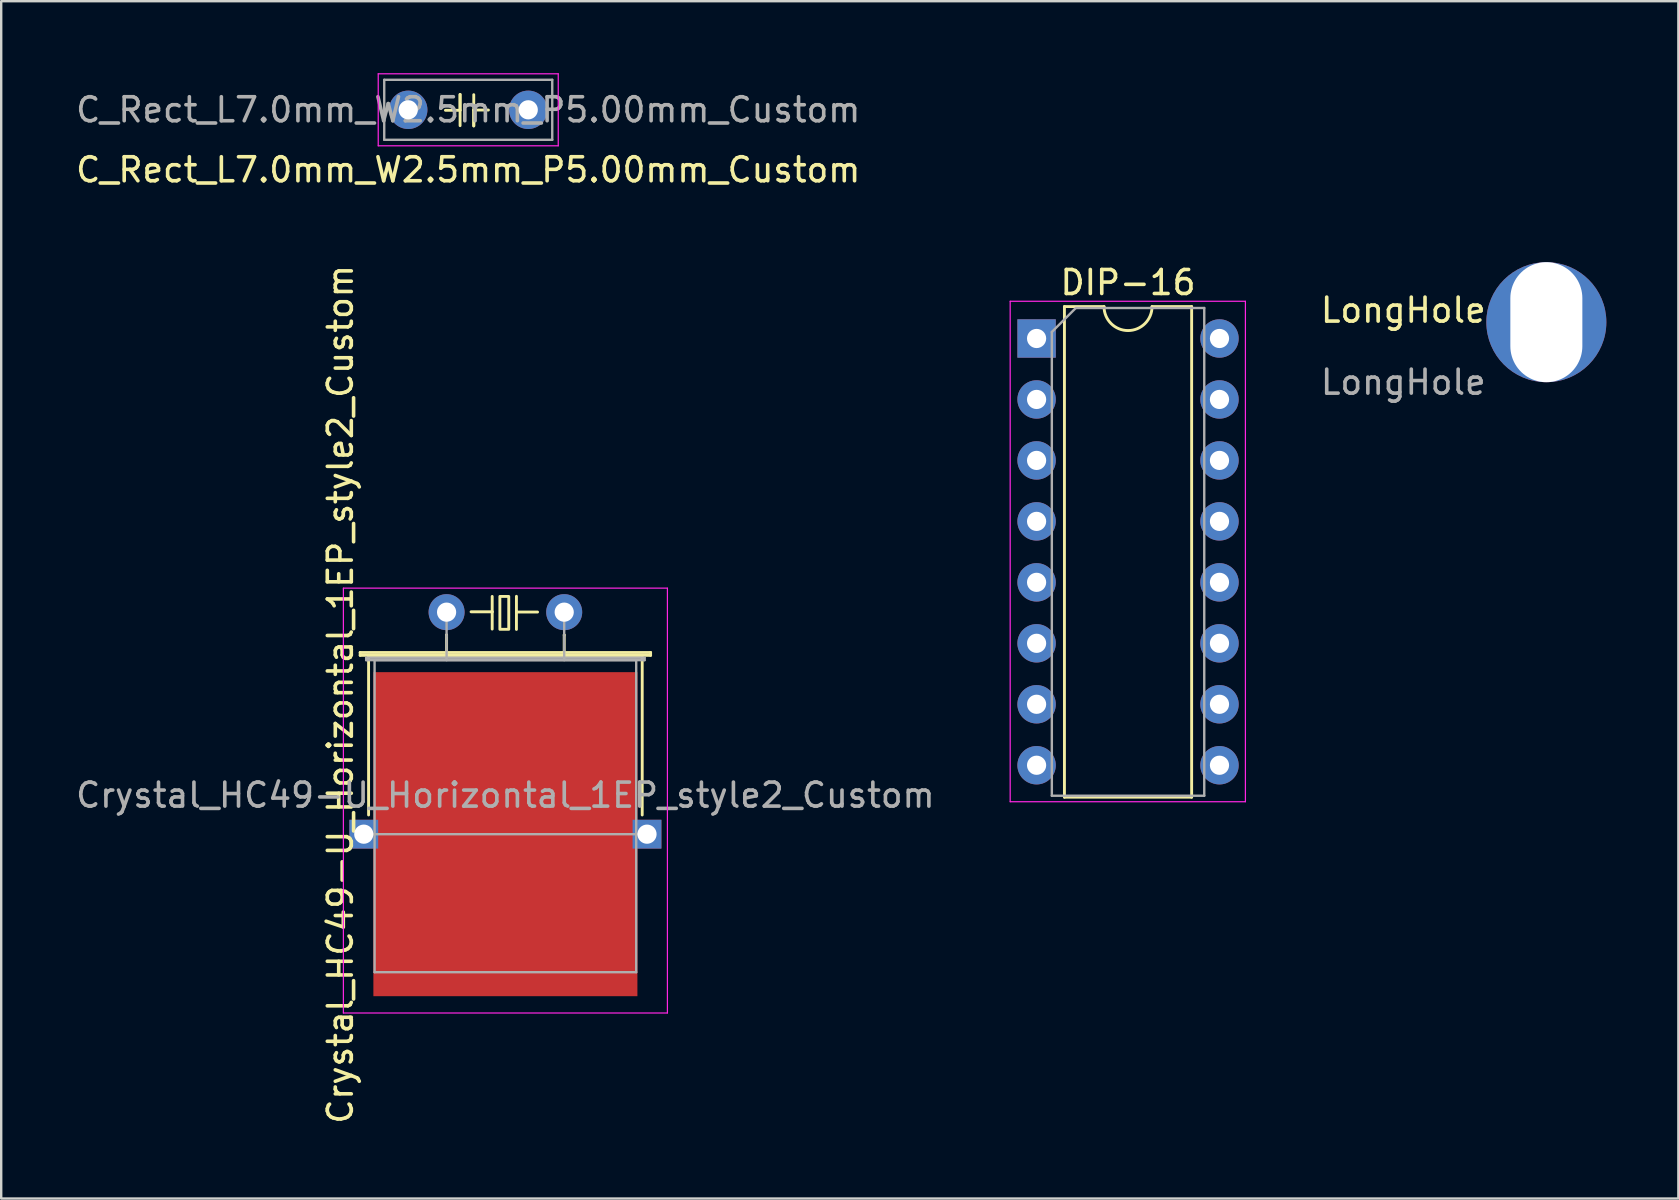
<source format=kicad_pcb>
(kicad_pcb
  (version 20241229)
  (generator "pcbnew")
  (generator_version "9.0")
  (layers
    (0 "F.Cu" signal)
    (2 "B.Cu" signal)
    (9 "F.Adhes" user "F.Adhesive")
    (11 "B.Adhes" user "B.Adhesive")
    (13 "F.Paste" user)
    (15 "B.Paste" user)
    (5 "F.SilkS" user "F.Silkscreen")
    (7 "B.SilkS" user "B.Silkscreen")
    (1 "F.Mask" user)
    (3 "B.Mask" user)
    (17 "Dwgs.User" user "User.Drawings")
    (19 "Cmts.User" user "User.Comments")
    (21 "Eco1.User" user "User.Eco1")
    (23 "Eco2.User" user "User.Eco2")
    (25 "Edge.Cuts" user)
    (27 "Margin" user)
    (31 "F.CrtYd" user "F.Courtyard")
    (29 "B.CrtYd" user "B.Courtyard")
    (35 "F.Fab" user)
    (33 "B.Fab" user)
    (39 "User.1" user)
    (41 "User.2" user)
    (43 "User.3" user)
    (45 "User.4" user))
  (footprint "Crystal_HC49-U_Horizontal_1EP_style2_Custom"
    (layer "F.Cu")
    (at 15.556 22.454)
    (property "Reference" "Crystal_HC49-U_Horizontal_1EP_style2_Custom" (at -4.425 3.425 90) (layer "F.SilkS") (effects (font (size 1 1) (thickness 0.15))))
    (attr through_hole)
    (fp_line (start -3.6 1.68) (end 8.5 1.68) (stroke (width 0.12) (type solid)) (layer "F.SilkS"))
    (fp_line (start -3.6 1.8) (end -3.6 1.68) (stroke (width 0.12) (type solid)) (layer "F.SilkS"))
    (fp_line (start -3.25 1.8) (end 8.15 1.8) (stroke (width 0.12) (type solid)) (layer "F.SilkS"))
    (fp_line (start -3.25 8.45) (end -3.25 1.8) (stroke (width 0.12) (type solid)) (layer "F.SilkS"))
    (fp_line (start 0 0.95) (end 0 0.95) (stroke (width 0.12) (type solid)) (layer "F.SilkS"))
    (fp_line (start 0 1.8) (end 0 0.95) (stroke (width 0.12) (type solid)) (layer "F.SilkS"))
    (fp_line (start 1.02 -0.015) (end 1.9 -0.015) (stroke (width 0.12) (type default)) (layer "F.SilkS"))
    (fp_line (start 1.9 -0.015) (end 1.9 -0.655) (stroke (width 0.12) (type default)) (layer "F.SilkS"))
    (fp_line (start 1.9 -0.015) (end 1.9 0.705) (stroke (width 0.12) (type default)) (layer "F.SilkS"))
    (fp_line (start 2.91 -0.005) (end 2.91 -0.66) (stroke (width 0.12) (type default)) (layer "F.SilkS"))
    (fp_line (start 2.91 -0.005) (end 2.91 0.72) (stroke (width 0.12) (type default)) (layer "F.SilkS"))
    (fp_line (start 3.79 -0.005) (end 2.91 -0.005) (stroke (width 0.12) (type default)) (layer "F.SilkS"))
    (fp_line (start 4.9 0.95) (end 4.9 0.95) (stroke (width 0.12) (type solid)) (layer "F.SilkS"))
    (fp_line (start 4.9 1.8) (end 4.9 0.95) (stroke (width 0.12) (type solid)) (layer "F.SilkS"))
    (fp_line (start 8.15 1.8) (end 8.15 8.45) (stroke (width 0.12) (type solid)) (layer "F.SilkS"))
    (fp_line (start 8.5 1.68) (end 8.5 1.8) (stroke (width 0.12) (type solid)) (layer "F.SilkS"))
    (fp_line (start 8.5 1.8) (end -3.6 1.8) (stroke (width 0.12) (type solid)) (layer "F.SilkS"))
    (fp_rect (start 2.22 -0.655) (end 2.59 0.715) (stroke (width 0.12) (type default)) (fill no) (layer "F.SilkS"))
    (fp_line (start -4.3 -1) (end -4.3 16.7) (stroke (width 0.05) (type solid)) (layer "F.CrtYd"))
    (fp_line (start -4.3 16.7) (end 9.2 16.7) (stroke (width 0.05) (type solid)) (layer "F.CrtYd"))
    (fp_line (start 9.2 -1) (end -4.3 -1) (stroke (width 0.05) (type solid)) (layer "F.CrtYd"))
    (fp_line (start 9.2 16.7) (end 9.2 -1) (stroke (width 0.05) (type solid)) (layer "F.CrtYd"))
    (fp_line (start -3.45 9.25) (end 8.35 9.25) (stroke (width 0.1) (type solid)) (layer "F.Fab"))
    (fp_line (start -3.35 1.9) (end 8.25 1.9) (stroke (width 0.1) (type solid)) (layer "F.Fab"))
    (fp_line (start -3.35 2) (end -3.35 1.9) (stroke (width 0.1) (type solid)) (layer "F.Fab"))
    (fp_line (start -3 2) (end -3 15) (stroke (width 0.1) (type solid)) (layer "F.Fab"))
    (fp_line (start -3 15) (end 7.9 15) (stroke (width 0.1) (type solid)) (layer "F.Fab"))
    (fp_line (start 0 1) (end 0 0) (stroke (width 0.1) (type solid)) (layer "F.Fab"))
    (fp_line (start 0 2) (end 0 1) (stroke (width 0.1) (type solid)) (layer "F.Fab"))
    (fp_line (start 4.9 1) (end 4.9 0) (stroke (width 0.1) (type solid)) (layer "F.Fab"))
    (fp_line (start 4.9 2) (end 4.9 1) (stroke (width 0.1) (type solid)) (layer "F.Fab"))
    (fp_line (start 7.9 2) (end -3 2) (stroke (width 0.1) (type solid)) (layer "F.Fab"))
    (fp_line (start 7.9 15) (end 7.9 2) (stroke (width 0.1) (type solid)) (layer "F.Fab"))
    (fp_line (start 8.25 1.9) (end 8.25 2) (stroke (width 0.1) (type solid)) (layer "F.Fab"))
    (fp_line (start 8.25 2) (end -3.35 2) (stroke (width 0.1) (type solid)) (layer "F.Fab"))
    (fp_text user "${REFERENCE}" (at 2.45 7.625 0) (layer "F.Fab") (effects (font (size 1 1) (thickness 0.15))))
    (pad "1" thru_hole circle (at 0 0) (size 1.5 1.5) (drill 0.8) (layers "*.Cu" "*.Mask"))
    (pad "2" thru_hole circle (at 4.9 0) (size 1.5 1.5) (drill 0.8) (layers "*.Cu" "*.Mask"))
    (pad "3" thru_hole rect (at -3.45 9.25) (size 1.2 1.2) (drill 0.8) (layers "*.Cu" "*.Mask"))
    (pad "3" smd rect (at 2.45 9.25) (size 11 13.5) (layers "F.Cu" "F.Mask" "F.Paste"))
    (pad "3" thru_hole rect (at 8.35 9.25) (size 1.2 1.2) (drill 0.8) (layers "*.Cu" "*.Mask")))
  (footprint "DIP-16"
    (layer "F.Cu")
    (at 40.137 11.052)
    (property "Reference" "DIP-16" (at 3.81 -2.33 180) (layer "F.SilkS") (effects (font (size 1 1) (thickness 0.15))))
    (attr through_hole board_only)
    (fp_line (start 1.16 -1.33) (end 1.16 19.11) (stroke (width 0.12) (type solid)) (layer "F.SilkS"))
    (fp_line (start 1.16 19.11) (end 6.46 19.11) (stroke (width 0.12) (type solid)) (layer "F.SilkS"))
    (fp_line (start 2.81 -1.33) (end 1.16 -1.33) (stroke (width 0.12) (type solid)) (layer "F.SilkS"))
    (fp_line (start 6.46 -1.33) (end 4.81 -1.33) (stroke (width 0.12) (type solid)) (layer "F.SilkS"))
    (fp_line (start 6.46 19.11) (end 6.46 -1.33) (stroke (width 0.12) (type solid)) (layer "F.SilkS"))
    (fp_arc (start 4.81 -1.33) (mid 3.81 -0.33) (end 2.81 -1.33) (stroke (width 0.12) (type solid)) (layer "F.SilkS"))
    (fp_line (start -1.1 -1.55) (end -1.1 19.3) (stroke (width 0.05) (type solid)) (layer "F.CrtYd"))
    (fp_line (start -1.1 19.3) (end 8.7 19.3) (stroke (width 0.05) (type solid)) (layer "F.CrtYd"))
    (fp_line (start 8.7 -1.55) (end -1.1 -1.55) (stroke (width 0.05) (type solid)) (layer "F.CrtYd"))
    (fp_line (start 8.7 19.3) (end 8.7 -1.55) (stroke (width 0.05) (type solid)) (layer "F.CrtYd"))
    (fp_line (start 0.635 -0.27) (end 1.635 -1.27) (stroke (width 0.1) (type solid)) (layer "F.Fab"))
    (fp_line (start 0.635 19.05) (end 0.635 -0.27) (stroke (width 0.1) (type solid)) (layer "F.Fab"))
    (fp_line (start 1.635 -1.27) (end 6.985 -1.27) (stroke (width 0.1) (type solid)) (layer "F.Fab"))
    (fp_line (start 6.985 -1.27) (end 6.985 19.05) (stroke (width 0.1) (type solid)) (layer "F.Fab"))
    (fp_line (start 6.985 19.05) (end 0.635 19.05) (stroke (width 0.1) (type solid)) (layer "F.Fab"))
    (pad "1" thru_hole rect (at 0 0) (size 1.6 1.6) (drill 0.8) (layers "*.Cu" "*.Mask"))
    (pad "2" thru_hole oval (at 0 2.54) (size 1.6 1.6) (drill 0.8) (layers "*.Cu" "*.Mask"))
    (pad "3" thru_hole oval (at 0 5.08) (size 1.6 1.6) (drill 0.8) (layers "*.Cu" "*.Mask"))
    (pad "4" thru_hole oval (at 0 7.62) (size 1.6 1.6) (drill 0.8) (layers "*.Cu" "*.Mask"))
    (pad "5" thru_hole oval (at 0 10.16) (size 1.6 1.6) (drill 0.8) (layers "*.Cu" "*.Mask"))
    (pad "6" thru_hole oval (at 0 12.7) (size 1.6 1.6) (drill 0.8) (layers "*.Cu" "*.Mask"))
    (pad "7" thru_hole oval (at 0 15.24) (size 1.6 1.6) (drill 0.8) (layers "*.Cu" "*.Mask"))
    (pad "8" thru_hole oval (at 0 17.78) (size 1.6 1.6) (drill 0.8) (layers "*.Cu" "*.Mask"))
    (pad "9" thru_hole oval (at 7.62 17.78) (size 1.6 1.6) (drill 0.8) (layers "*.Cu" "*.Mask"))
    (pad "10" thru_hole oval (at 7.62 15.24) (size 1.6 1.6) (drill 0.8) (layers "*.Cu" "*.Mask"))
    (pad "11" thru_hole oval (at 7.62 12.7) (size 1.6 1.6) (drill 0.8) (layers "*.Cu" "*.Mask"))
    (pad "12" thru_hole oval (at 7.62 10.16) (size 1.6 1.6) (drill 0.8) (layers "*.Cu" "*.Mask"))
    (pad "13" thru_hole oval (at 7.62 7.62) (size 1.6 1.6) (drill 0.8) (layers "*.Cu" "*.Mask"))
    (pad "14" thru_hole oval (at 7.62 5.08) (size 1.6 1.6) (drill 0.8) (layers "*.Cu" "*.Mask"))
    (pad "15" thru_hole oval (at 7.62 2.54) (size 1.6 1.6) (drill 0.8) (layers "*.Cu" "*.Mask"))
    (pad "16" thru_hole oval (at 7.62 0) (size 1.6 1.6) (drill 0.8) (layers "*.Cu" "*.Mask")))
  (footprint "C_Rect_L7.0mm_W2.5mm_P5.00mm_Custom"
    (layer "F.Cu")
    (at 13.958 1.525)
    (property "Reference" "C_Rect_L7.0mm_W2.5mm_P5.00mm_Custom" (at 2.5 2.5 180) (layer "F.SilkS") (effects (font (size 1 1) (thickness 0.15))))
    (attr through_hole)
    (fp_line (start 1.55 0.02) (end 2.16 0.02) (stroke (width 0.12) (type default)) (layer "F.SilkS"))
    (fp_line (start 2.16 -0.64) (end 2.16 0.66) (stroke (width 0.12) (type default)) (layer "F.SilkS"))
    (fp_line (start 2.16 0.02) (end 2.16 -0.64) (stroke (width 0.12) (type default)) (layer "F.SilkS"))
    (fp_line (start 2.73 0.01) (end 2.73 0.67) (stroke (width 0.12) (type default)) (layer "F.SilkS"))
    (fp_line (start 2.73 0.67) (end 2.73 -0.63) (stroke (width 0.12) (type default)) (layer "F.SilkS"))
    (fp_line (start 3.34 0.01) (end 2.73 0.01) (stroke (width 0.12) (type default)) (layer "F.SilkS"))
    (fp_line (start -1.25 -1.5) (end -1.25 1.5) (stroke (width 0.05) (type solid)) (layer "F.CrtYd"))
    (fp_line (start -1.25 1.5) (end 6.25 1.5) (stroke (width 0.05) (type solid)) (layer "F.CrtYd"))
    (fp_line (start 6.25 -1.5) (end -1.25 -1.5) (stroke (width 0.05) (type solid)) (layer "F.CrtYd"))
    (fp_line (start 6.25 1.5) (end 6.25 -1.5) (stroke (width 0.05) (type solid)) (layer "F.CrtYd"))
    (fp_line (start -1 -1.25) (end -1 1.25) (stroke (width 0.1) (type solid)) (layer "F.Fab"))
    (fp_line (start -1 1.25) (end 6 1.25) (stroke (width 0.1) (type solid)) (layer "F.Fab"))
    (fp_line (start 6 -1.25) (end -1 -1.25) (stroke (width 0.1) (type solid)) (layer "F.Fab"))
    (fp_line (start 6 1.25) (end 6 -1.25) (stroke (width 0.1) (type solid)) (layer "F.Fab"))
    (fp_text user "${REFERENCE}" (at 2.5 0 0) (layer "F.Fab") (effects (font (size 1 1) (thickness 0.15))))
    (pad "1" thru_hole circle (at 0 0) (size 1.6 1.6) (drill 0.8) (layers "*.Cu" "*.Mask"))
    (pad "2" thru_hole circle (at 5 0) (size 1.6 1.6) (drill 0.8) (layers "*.Cu" "*.Mask")))
  (footprint "LongHole"
    (layer "F.Cu")
    (at 55.415 10.373)
    (property "Reference" "LongHole" (at 0 -0.5 0) (unlocked yes) (layer "F.SilkS") (effects (font (size 1 1) (thickness 0.15))))
    (attr through_hole)
    (fp_text user "${REFERENCE}" (at 0 2.5 0) (unlocked yes) (layer "F.Fab") (effects (font (size 1 1) (thickness 0.15))))
    (pad "" thru_hole circle (at 5.96 0) (size 5 5) (drill oval 3 5) (layers "*.Cu" "*.Mask")))
  (gr_rect
    (start -3 -3)
    (end 66.875 46.885)
    (stroke (width 0.1) (type default))
    (fill no)
    (layer "Edge.Cuts")))
</source>
